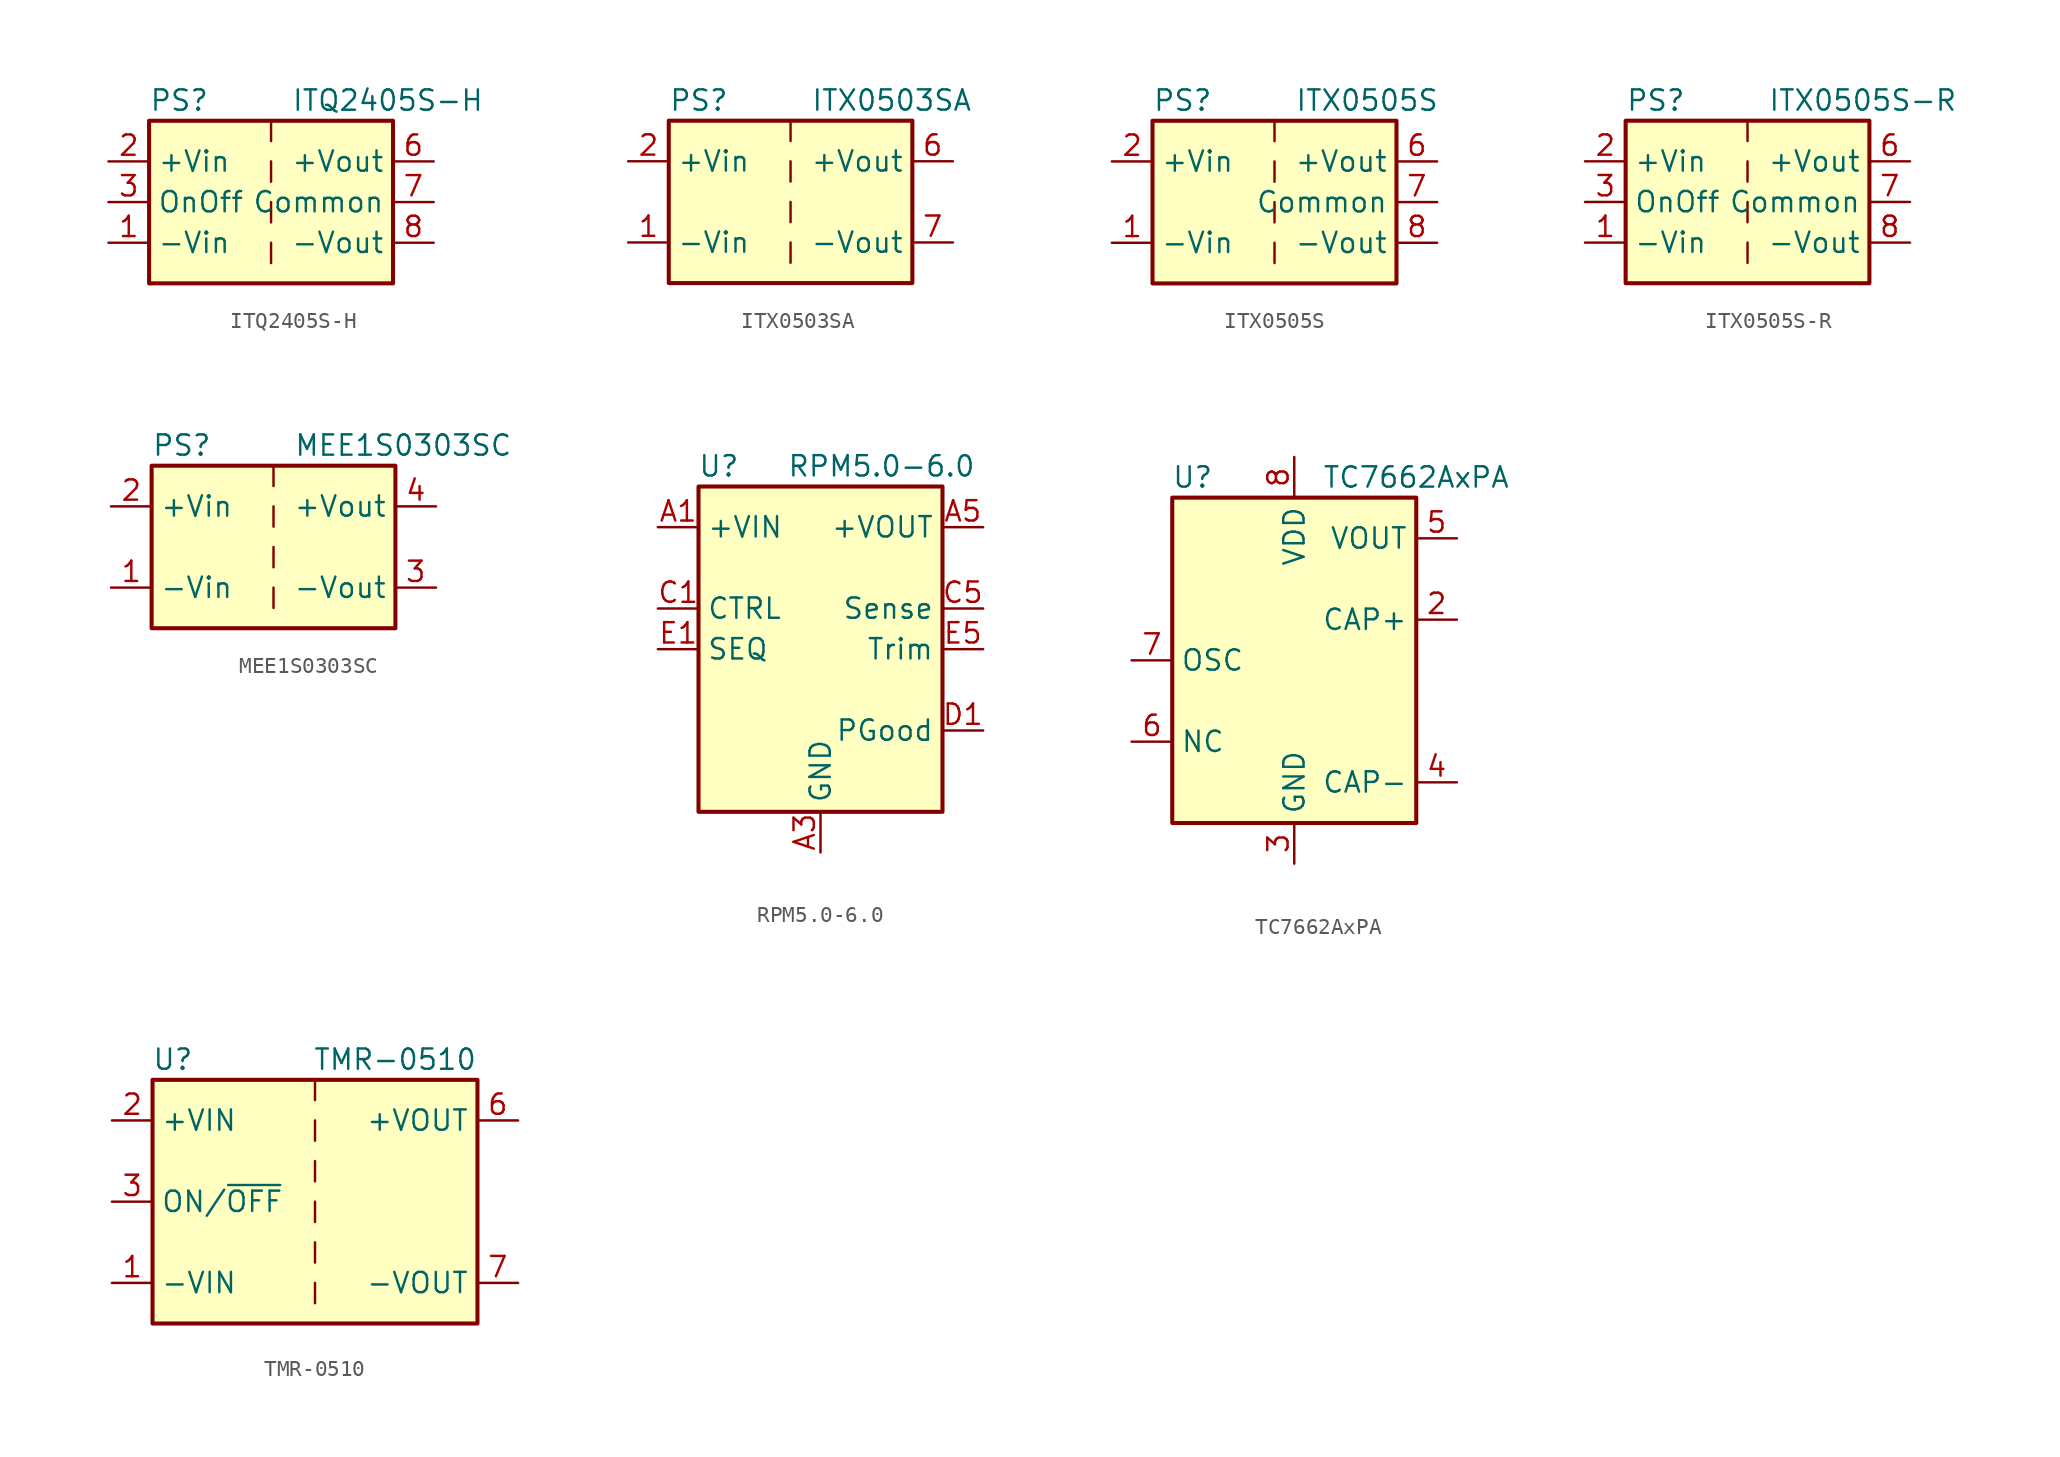
<source format=kicad_sym>
(kicad_symbol_lib
  (version 20200908)
  (generator kicad_symbol_editor)
  (symbol "Converter_DCDC:ITQ2405S-H"
    (property "Reference" "PS"
      (at -7.62 6.35 0)
      (effects (font (size 1.27 1.27)) (justify left)))
    (property "Value" "ITQ2405S-H"
      (at 1.27 6.35 0)
      (effects (font (size 1.27 1.27)) (justify left)))
    (symbol "ITQ2405S-H_0_1"
      (rectangle (start -7.62 5.08) (end 7.62 -5.08) (stroke (width 0.254)) (fill (type background)))
      (polyline (pts (xy 0 -2.54) (xy 0 -3.81)) (stroke (width 0)) (fill (type none)))
      (polyline (pts (xy 0 0) (xy 0 -1.27)) (stroke (width 0)) (fill (type none)))
      (polyline (pts (xy 0 2.54) (xy 0 1.27)) (stroke (width 0)) (fill (type none)))
      (polyline (pts (xy 0 5.08) (xy 0 3.81)) (stroke (width 0)) (fill (type none))))
    (symbol "ITQ2405S-H_0_0"
      (pin power_in line (at -10.16 -2.54 0) (length 2.54) (name "-Vin" (effects (font (size 1.27 1.27)))) (number "1" (effects (font (size 1.27 1.27)))))
      (pin power_in line (at -10.16 2.54 0) (length 2.54) (name "+Vin" (effects (font (size 1.27 1.27)))) (number "2" (effects (font (size 1.27 1.27)))))
      (pin input line (at -10.16 0 0) (length 2.54) (name "OnOff" (effects (font (size 1.27 1.27)))) (number "3" (effects (font (size 1.27 1.27)))))
      (pin power_out line (at 10.16 2.54 180) (length 2.54) (name "+Vout" (effects (font (size 1.27 1.27)))) (number "6" (effects (font (size 1.27 1.27)))))
      (pin power_out line (at 10.16 0 180) (length 2.54) (name "Common" (effects (font (size 1.27 1.27)))) (number "7" (effects (font (size 1.27 1.27)))))
      (pin power_out line (at 10.16 -2.54 180) (length 2.54) (name "-Vout" (effects (font (size 1.27 1.27)))) (number "8" (effects (font (size 1.27 1.27)))))))
  (symbol "Converter_DCDC:ITX0503SA"
    (property "Reference" "PS"
      (at -7.62 6.35 0)
      (effects (font (size 1.27 1.27)) (justify left)))
    (property "Value" "ITX0503SA"
      (at 1.27 6.35 0)
      (effects (font (size 1.27 1.27)) (justify left)))
    (symbol "ITX0503SA_0_1"
      (rectangle (start -7.62 5.08) (end 7.62 -5.08) (stroke (width 0.254)) (fill (type background)))
      (polyline (pts (xy 0 -2.54) (xy 0 -3.81)) (stroke (width 0)) (fill (type none)))
      (polyline (pts (xy 0 0) (xy 0 -1.27)) (stroke (width 0)) (fill (type none)))
      (polyline (pts (xy 0 2.54) (xy 0 1.27)) (stroke (width 0)) (fill (type none)))
      (polyline (pts (xy 0 5.08) (xy 0 3.81)) (stroke (width 0)) (fill (type none))))
    (symbol "ITX0503SA_0_0"
      (pin power_in line (at -10.16 -2.54 0) (length 2.54) (name "-Vin" (effects (font (size 1.27 1.27)))) (number "1" (effects (font (size 1.27 1.27)))))
      (pin power_in line (at -10.16 2.54 0) (length 2.54) (name "+Vin" (effects (font (size 1.27 1.27)))) (number "2" (effects (font (size 1.27 1.27)))))
      (pin power_out line (at 10.16 2.54 180) (length 2.54) (name "+Vout" (effects (font (size 1.27 1.27)))) (number "6" (effects (font (size 1.27 1.27)))))
      (pin power_out line (at 10.16 -2.54 180) (length 2.54) (name "-Vout" (effects (font (size 1.27 1.27)))) (number "7" (effects (font (size 1.27 1.27)))))
      (pin unconnected line (at 7.62 0 180) (length 2.54) hide (name "NC" (effects (font (size 1.27 1.27)))) (number "8" (effects (font (size 1.27 1.27)))))))
  (symbol "Converter_DCDC:ITX0505S"
    (property "Reference" "PS"
      (at -7.62 6.35 0)
      (effects (font (size 1.27 1.27)) (justify left)))
    (property "Value" "ITX0505S"
      (at 1.27 6.35 0)
      (effects (font (size 1.27 1.27)) (justify left)))
    (symbol "ITX0505S_0_1"
      (rectangle (start -7.62 5.08) (end 7.62 -5.08) (stroke (width 0.254)) (fill (type background)))
      (polyline (pts (xy 0 -2.54) (xy 0 -3.81)) (stroke (width 0)) (fill (type none)))
      (polyline (pts (xy 0 0) (xy 0 -1.27)) (stroke (width 0)) (fill (type none)))
      (polyline (pts (xy 0 2.54) (xy 0 1.27)) (stroke (width 0)) (fill (type none)))
      (polyline (pts (xy 0 5.08) (xy 0 3.81)) (stroke (width 0)) (fill (type none))))
    (symbol "ITX0505S_0_0"
      (pin power_in line (at -10.16 -2.54 0) (length 2.54) (name "-Vin" (effects (font (size 1.27 1.27)))) (number "1" (effects (font (size 1.27 1.27)))))
      (pin power_in line (at -10.16 2.54 0) (length 2.54) (name "+Vin" (effects (font (size 1.27 1.27)))) (number "2" (effects (font (size 1.27 1.27)))))
      (pin unconnected line (at 0 -5.08 90) (length 2.54) hide (name "NC" (effects (font (size 1.27 1.27)))) (number "3" (effects (font (size 1.27 1.27)))))
      (pin unconnected line (at 0 5.08 270) (length 2.54) hide (name "NC" (effects (font (size 1.27 1.27)))) (number "5" (effects (font (size 1.27 1.27)))))
      (pin power_out line (at 10.16 2.54 180) (length 2.54) (name "+Vout" (effects (font (size 1.27 1.27)))) (number "6" (effects (font (size 1.27 1.27)))))
      (pin power_out line (at 10.16 0 180) (length 2.54) (name "Common" (effects (font (size 1.27 1.27)))) (number "7" (effects (font (size 1.27 1.27)))))
      (pin power_out line (at 10.16 -2.54 180) (length 2.54) (name "-Vout" (effects (font (size 1.27 1.27)))) (number "8" (effects (font (size 1.27 1.27)))))))
  (symbol "Converter_DCDC:ITX0505S-R"
    (property "Reference" "PS"
      (at -7.62 6.35 0)
      (effects (font (size 1.27 1.27)) (justify left)))
    (property "Value" "ITX0505S-R"
      (at 1.27 6.35 0)
      (effects (font (size 1.27 1.27)) (justify left)))
    (symbol "ITX0505S-R_0_1"
      (rectangle (start -7.62 5.08) (end 7.62 -5.08) (stroke (width 0.254)) (fill (type background)))
      (polyline (pts (xy 0 -2.54) (xy 0 -3.81)) (stroke (width 0)) (fill (type none)))
      (polyline (pts (xy 0 0) (xy 0 -1.27)) (stroke (width 0)) (fill (type none)))
      (polyline (pts (xy 0 2.54) (xy 0 1.27)) (stroke (width 0)) (fill (type none)))
      (polyline (pts (xy 0 5.08) (xy 0 3.81)) (stroke (width 0)) (fill (type none))))
    (symbol "ITX0505S-R_0_0"
      (pin power_in line (at -10.16 -2.54 0) (length 2.54) (name "-Vin" (effects (font (size 1.27 1.27)))) (number "1" (effects (font (size 1.27 1.27)))))
      (pin power_in line (at -10.16 2.54 0) (length 2.54) (name "+Vin" (effects (font (size 1.27 1.27)))) (number "2" (effects (font (size 1.27 1.27)))))
      (pin input line (at -10.16 0 0) (length 2.54) (name "OnOff" (effects (font (size 1.27 1.27)))) (number "3" (effects (font (size 1.27 1.27)))))
      (pin unconnected line (at 0 5.08 270) (length 2.54) hide (name "NC" (effects (font (size 1.27 1.27)))) (number "5" (effects (font (size 1.27 1.27)))))
      (pin power_out line (at 10.16 2.54 180) (length 2.54) (name "+Vout" (effects (font (size 1.27 1.27)))) (number "6" (effects (font (size 1.27 1.27)))))
      (pin power_out line (at 10.16 0 180) (length 2.54) (name "Common" (effects (font (size 1.27 1.27)))) (number "7" (effects (font (size 1.27 1.27)))))
      (pin power_out line (at 10.16 -2.54 180) (length 2.54) (name "-Vout" (effects (font (size 1.27 1.27)))) (number "8" (effects (font (size 1.27 1.27)))))))
  (symbol "Converter_DCDC:MEE1S0303SC"
    (property "Reference" "PS"
      (at -7.62 6.35 0)
      (effects (font (size 1.27 1.27)) (justify left)))
    (property "Value" "MEE1S0303SC"
      (at 1.27 6.35 0)
      (effects (font (size 1.27 1.27)) (justify left)))
    (symbol "MEE1S0303SC_0_1"
      (rectangle (start -7.62 5.08) (end 7.62 -5.08) (stroke (width 0.254)) (fill (type background)))
      (polyline (pts (xy 0 -2.54) (xy 0 -3.81)) (stroke (width 0)) (fill (type none)))
      (polyline (pts (xy 0 0) (xy 0 -1.27)) (stroke (width 0)) (fill (type none)))
      (polyline (pts (xy 0 2.54) (xy 0 1.27)) (stroke (width 0)) (fill (type none)))
      (polyline (pts (xy 0 5.08) (xy 0 3.81)) (stroke (width 0)) (fill (type none))))
    (symbol "MEE1S0303SC_0_0"
      (pin power_in line (at -10.16 -2.54 0) (length 2.54) (name "-Vin" (effects (font (size 1.27 1.27)))) (number "1" (effects (font (size 1.27 1.27)))))
      (pin power_in line (at -10.16 2.54 0) (length 2.54) (name "+Vin" (effects (font (size 1.27 1.27)))) (number "2" (effects (font (size 1.27 1.27)))))
      (pin power_out line (at 10.16 -2.54 180) (length 2.54) (name "-Vout" (effects (font (size 1.27 1.27)))) (number "3" (effects (font (size 1.27 1.27)))))
      (pin power_out line (at 10.16 2.54 180) (length 2.54) (name "+Vout" (effects (font (size 1.27 1.27)))) (number "4" (effects (font (size 1.27 1.27)))))))
  (symbol "Converter_DCDC:RPM5.0-6.0"
    (property "Reference" "U"
      (at -6.35 11.43 0)
      (effects (font (size 1.27 1.27))))
    (property "Value" "RPM5.0-6.0"
      (at 3.81 11.43 0)
      (effects (font (size 1.27 1.27))))
    (symbol "RPM5.0-6.0_0_1"
      (rectangle (start -7.62 10.16) (end 7.62 -10.16) (stroke (width 0.254)) (fill (type background))))
    (symbol "RPM5.0-6.0_1_1"
      (pin power_in line (at -10.16 7.62 0) (length 2.54) (name "+VIN" (effects (font (size 1.27 1.27)))) (number "A1" (effects (font (size 1.27 1.27)))))
      (pin passive line (at -10.16 7.62 0) (length 2.54) hide (name "+VIN" (effects (font (size 1.27 1.27)))) (number "A2" (effects (font (size 1.27 1.27)))))
      (pin power_in line (at 0 -12.7 90) (length 2.54) (name "GND" (effects (font (size 1.27 1.27)))) (number "A3" (effects (font (size 1.27 1.27)))))
      (pin passive line (at 0 -12.7 90) (length 2.54) hide (name "GND" (effects (font (size 1.27 1.27)))) (number "A4" (effects (font (size 1.27 1.27)))))
      (pin power_out line (at 10.16 7.62 180) (length 2.54) (name "+VOUT" (effects (font (size 1.27 1.27)))) (number "A5" (effects (font (size 1.27 1.27)))))
      (pin passive line (at 0 -12.7 90) (length 2.54) hide (name "GND" (effects (font (size 1.27 1.27)))) (number "B1" (effects (font (size 1.27 1.27)))))
      (pin passive line (at 0 -12.7 90) (length 2.54) hide (name "GND" (effects (font (size 1.27 1.27)))) (number "B2" (effects (font (size 1.27 1.27)))))
      (pin passive line (at 0 -12.7 90) (length 2.54) hide (name "GND" (effects (font (size 1.27 1.27)))) (number "B3" (effects (font (size 1.27 1.27)))))
      (pin passive line (at 0 -12.7 90) (length 2.54) hide (name "GND" (effects (font (size 1.27 1.27)))) (number "B4" (effects (font (size 1.27 1.27)))))
      (pin passive line (at 10.16 7.62 180) (length 2.54) hide (name "+VOUT" (effects (font (size 1.27 1.27)))) (number "B5" (effects (font (size 1.27 1.27)))))
      (pin input line (at -10.16 2.54 0) (length 2.54) (name "CTRL" (effects (font (size 1.27 1.27)))) (number "C1" (effects (font (size 1.27 1.27)))))
      (pin passive line (at 0 -12.7 90) (length 2.54) hide (name "GND" (effects (font (size 1.27 1.27)))) (number "C2" (effects (font (size 1.27 1.27)))))
      (pin passive line (at 0 -12.7 90) (length 2.54) hide (name "GND" (effects (font (size 1.27 1.27)))) (number "C3" (effects (font (size 1.27 1.27)))))
      (pin passive line (at 0 -12.7 90) (length 2.54) hide (name "GND" (effects (font (size 1.27 1.27)))) (number "C4" (effects (font (size 1.27 1.27)))))
      (pin input line (at 10.16 2.54 180) (length 2.54) (name "Sense" (effects (font (size 1.27 1.27)))) (number "C5" (effects (font (size 1.27 1.27)))))
      (pin output line (at 10.16 -5.08 180) (length 2.54) (name "PGood" (effects (font (size 1.27 1.27)))) (number "D1" (effects (font (size 1.27 1.27)))))
      (pin passive line (at 0 -12.7 90) (length 2.54) hide (name "GND" (effects (font (size 1.27 1.27)))) (number "D2" (effects (font (size 1.27 1.27)))))
      (pin passive line (at 0 -12.7 90) (length 2.54) hide (name "GND" (effects (font (size 1.27 1.27)))) (number "D3" (effects (font (size 1.27 1.27)))))
      (pin passive line (at 0 -12.7 90) (length 2.54) hide (name "GND" (effects (font (size 1.27 1.27)))) (number "D4" (effects (font (size 1.27 1.27)))))
      (pin passive line (at 0 -12.7 90) (length 2.54) hide (name "GND" (effects (font (size 1.27 1.27)))) (number "D5" (effects (font (size 1.27 1.27)))))
      (pin passive line (at -10.16 0 0) (length 2.54) (name "SEQ" (effects (font (size 1.27 1.27)))) (number "E1" (effects (font (size 1.27 1.27)))))
      (pin unconnected line (at -7.62 -5.08 0) (length 2.54) hide (name "NC" (effects (font (size 1.27 1.27)))) (number "E2" (effects (font (size 1.27 1.27)))))
      (pin passive line (at 0 -12.7 90) (length 2.54) hide (name "GND" (effects (font (size 1.27 1.27)))) (number "E3" (effects (font (size 1.27 1.27)))))
      (pin passive line (at 0 -12.7 90) (length 2.54) hide (name "GND" (effects (font (size 1.27 1.27)))) (number "E4" (effects (font (size 1.27 1.27)))))
      (pin input line (at 10.16 0 180) (length 2.54) (name "Trim" (effects (font (size 1.27 1.27)))) (number "E5" (effects (font (size 1.27 1.27)))))))
  (symbol "Converter_DCDC:TC7662AxPA"
    (property "Reference" "U"
      (at -6.35 11.43 0)
      (effects (font (size 1.27 1.27))))
    (property "Value" "TC7662AxPA"
      (at 7.62 11.43 0)
      (effects (font (size 1.27 1.27))))
    (symbol "TC7662AxPA_0_1"
      (rectangle (start -7.62 10.16) (end 7.62 -10.16) (stroke (width 0.254)) (fill (type background))))
    (symbol "TC7662AxPA_1_1"
      (pin unconnected line (at -7.62 5.08 0) (length 2.54) hide (name "NC" (effects (font (size 1.27 1.27)))) (number "1" (effects (font (size 1.27 1.27)))))
      (pin passive line (at 10.16 2.54 180) (length 2.54) (name "CAP+" (effects (font (size 1.27 1.27)))) (number "2" (effects (font (size 1.27 1.27)))))
      (pin power_in line (at 0 -12.7 90) (length 2.54) (name "GND" (effects (font (size 1.27 1.27)))) (number "3" (effects (font (size 1.27 1.27)))))
      (pin passive line (at 10.16 -7.62 180) (length 2.54) (name "CAP-" (effects (font (size 1.27 1.27)))) (number "4" (effects (font (size 1.27 1.27)))))
      (pin power_out line (at 10.16 7.62 180) (length 2.54) (name "VOUT" (effects (font (size 1.27 1.27)))) (number "5" (effects (font (size 1.27 1.27)))))
      (pin passive line (at -10.16 -5.08 0) (length 2.54) (name "NC" (effects (font (size 1.27 1.27)))) (number "6" (effects (font (size 1.27 1.27)))))
      (pin passive line (at -10.16 0 0) (length 2.54) (name "OSC" (effects (font (size 1.27 1.27)))) (number "7" (effects (font (size 1.27 1.27)))))
      (pin power_in line (at 0 12.7 270) (length 2.54) (name "VDD" (effects (font (size 1.27 1.27)))) (number "8" (effects (font (size 1.27 1.27)))))))
  (symbol "Converter_DCDC:TMR-0510"
    (property "Reference" "U"
      (at -8.89 8.89 0)
      (effects (font (size 1.27 1.27))))
    (property "Value" "TMR-0510"
      (at 10.16 8.89 0)
      (effects (font (size 1.27 1.27)) (justify right)))
    (symbol "TMR-0510_0_1"
      (rectangle (start -10.16 7.62) (end 10.16 -7.62) (stroke (width 0.254)) (fill (type background)))
      (polyline (pts (xy 0 -5.08) (xy 0 -6.35)) (stroke (width 0)) (fill (type none)))
      (polyline (pts (xy 0 -2.54) (xy 0 -3.81)) (stroke (width 0)) (fill (type none)))
      (polyline (pts (xy 0 0) (xy 0 -1.27)) (stroke (width 0)) (fill (type none)))
      (polyline (pts (xy 0 2.54) (xy 0 1.27)) (stroke (width 0)) (fill (type none)))
      (polyline (pts (xy 0 5.08) (xy 0 3.81)) (stroke (width 0)) (fill (type none)))
      (polyline (pts (xy 0 7.62) (xy 0 6.35)) (stroke (width 0)) (fill (type none))))
    (symbol "TMR-0510_1_1"
      (pin power_in line (at -12.7 -5.08 0) (length 2.54) (name "-VIN" (effects (font (size 1.27 1.27)))) (number "1" (effects (font (size 1.27 1.27)))))
      (pin power_in line (at -12.7 5.08 0) (length 2.54) (name "+VIN" (effects (font (size 1.27 1.27)))) (number "2" (effects (font (size 1.27 1.27)))))
      (pin input line (at -12.7 0 0) (length 2.54) (name "ON/~OFF" (effects (font (size 1.27 1.27)))) (number "3" (effects (font (size 1.27 1.27)))))
      (pin unconnected line (at 10.16 2.54 180) (length 2.54) hide (name "NC" (effects (font (size 1.27 1.27)))) (number "5" (effects (font (size 1.27 1.27)))))
      (pin power_out line (at 12.7 5.08 180) (length 2.54) (name "+VOUT" (effects (font (size 1.27 1.27)))) (number "6" (effects (font (size 1.27 1.27)))))
      (pin power_out line (at 12.7 -5.08 180) (length 2.54) (name "-VOUT" (effects (font (size 1.27 1.27)))) (number "7" (effects (font (size 1.27 1.27)))))
      (pin unconnected line (at 10.16 0 180) (length 2.54) hide (name "NC" (effects (font (size 1.27 1.27)))) (number "8" (effects (font (size 1.27 1.27))))))))
</source>
